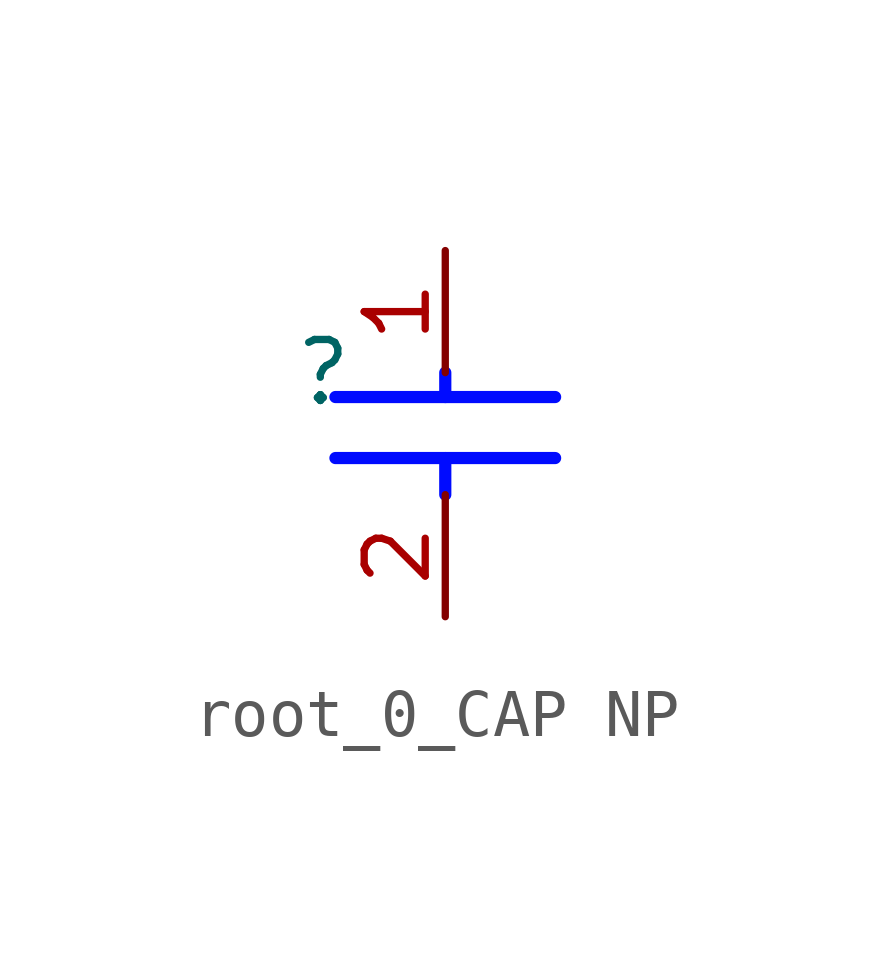
<source format=kicad_sym>
(kicad_symbol_lib
  (version 20231120)
  (generator "kicad_symbol_editor")
  (generator_version "8.0")
  (symbol "root_0_CAP NP"
    (property "Reference" ""
      (at 0 0 0)
      (effects (font (size 1.27 1.27))))
    (property "Value" ""
      (at 0 0 0)
      (effects (font (size 1.27 1.27))))
    (symbol "root_0_CAP NP_1_0"
      (polyline (pts (xy 0.254 -1.778) (xy 4.826 -1.778)) (stroke (width 0.254) (type solid) (color 0 11 255 1)) (fill (type none)))
      (polyline (pts (xy 0.254 -0.508) (xy 4.826 -0.508)) (stroke (width 0.254) (type solid) (color 0 11 255 1)) (fill (type none)))
      (polyline (pts (xy 2.54 -2.54) (xy 2.54 -1.778)) (stroke (width 0.254) (type solid) (color 0 11 255 1)) (fill (type none)))
      (polyline (pts (xy 2.54 0) (xy 2.54 -0.508)) (stroke (width 0.254) (type solid) (color 0 11 255 1)) (fill (type none)))
      (pin passive line (at 2.54 2.54 270) (length 2.54) (name "1" (effects (font (size 0 0)))) (number "1" (effects (font (size 1.27 1.27)))))
      (pin passive line (at 2.54 -5.08 90) (length 2.54) (name "2" (effects (font (size 0 0)))) (number "2" (effects (font (size 1.27 1.27))))))))
</source>
